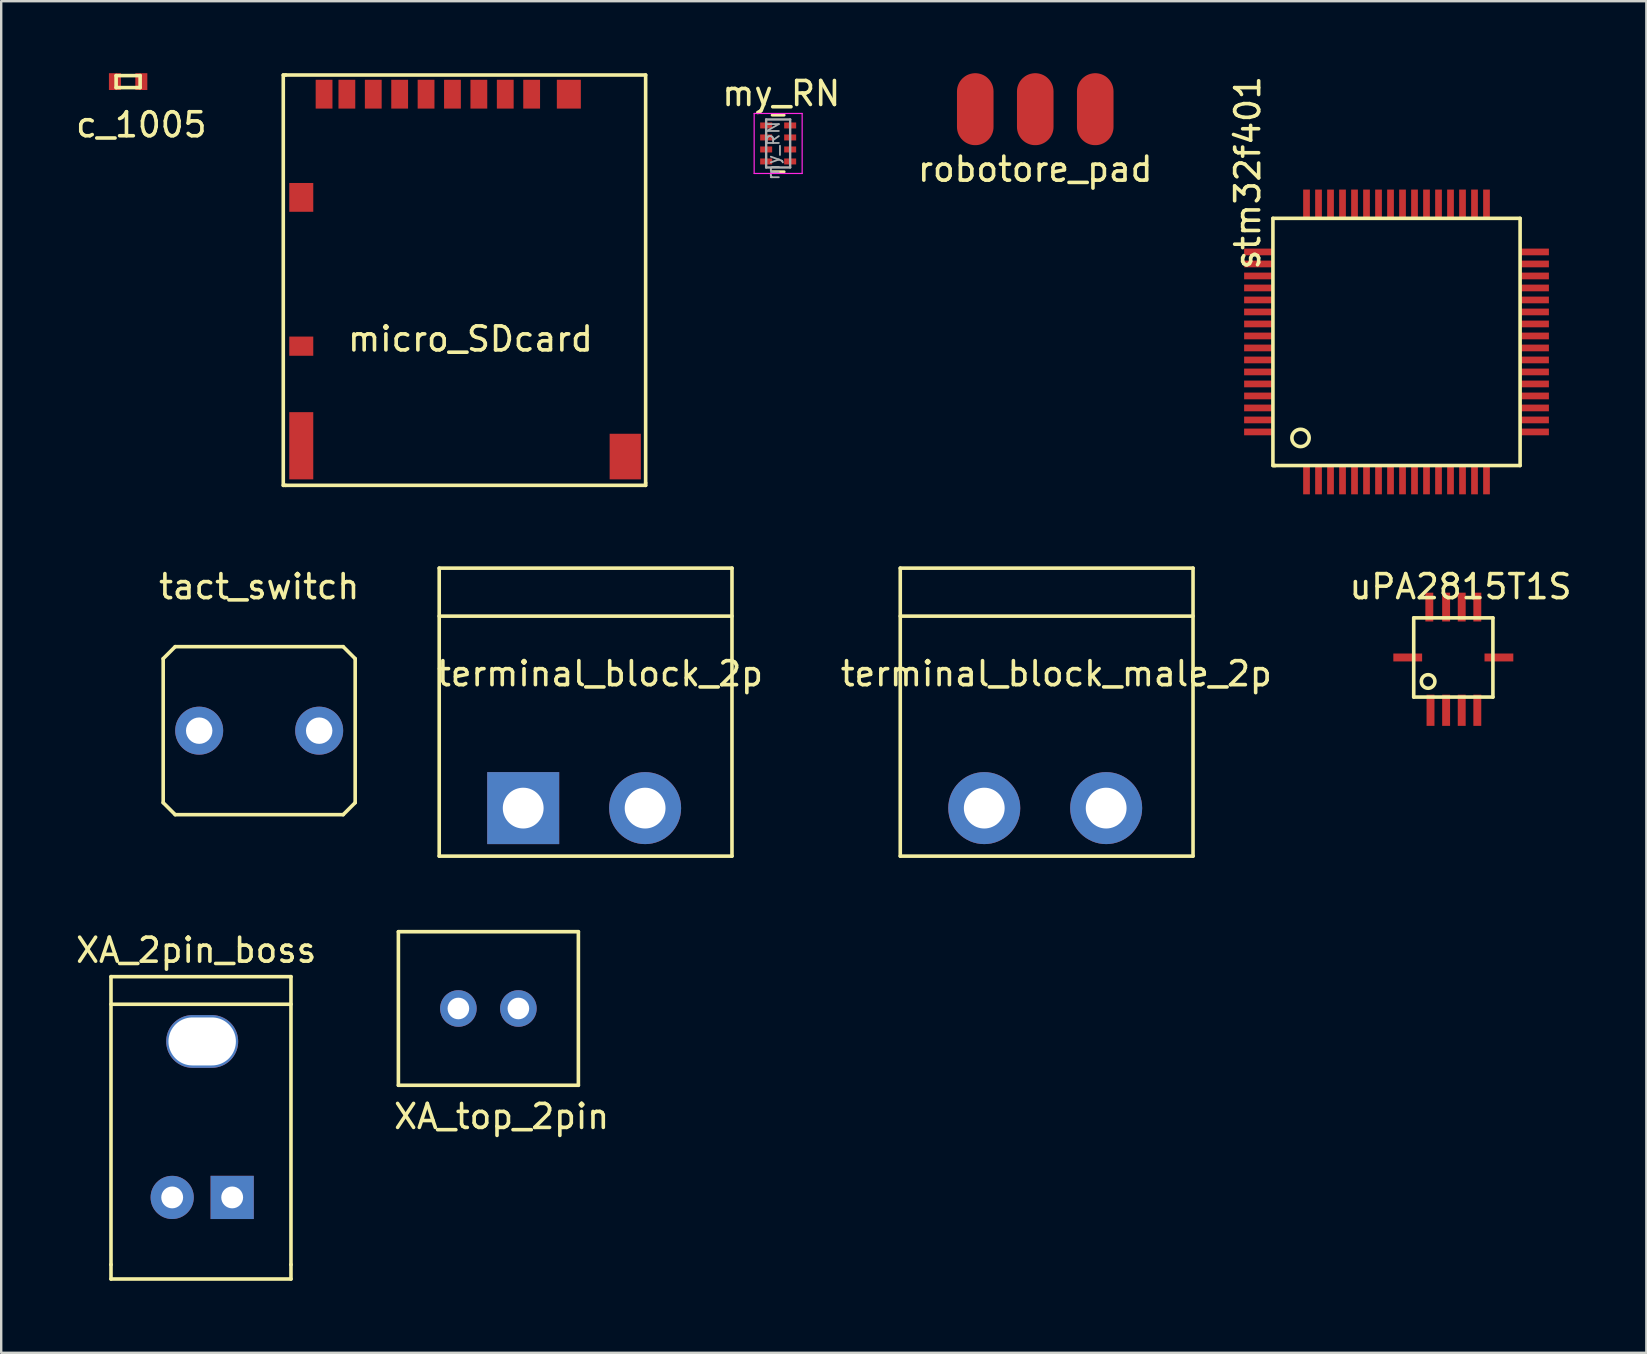
<source format=kicad_pcb>
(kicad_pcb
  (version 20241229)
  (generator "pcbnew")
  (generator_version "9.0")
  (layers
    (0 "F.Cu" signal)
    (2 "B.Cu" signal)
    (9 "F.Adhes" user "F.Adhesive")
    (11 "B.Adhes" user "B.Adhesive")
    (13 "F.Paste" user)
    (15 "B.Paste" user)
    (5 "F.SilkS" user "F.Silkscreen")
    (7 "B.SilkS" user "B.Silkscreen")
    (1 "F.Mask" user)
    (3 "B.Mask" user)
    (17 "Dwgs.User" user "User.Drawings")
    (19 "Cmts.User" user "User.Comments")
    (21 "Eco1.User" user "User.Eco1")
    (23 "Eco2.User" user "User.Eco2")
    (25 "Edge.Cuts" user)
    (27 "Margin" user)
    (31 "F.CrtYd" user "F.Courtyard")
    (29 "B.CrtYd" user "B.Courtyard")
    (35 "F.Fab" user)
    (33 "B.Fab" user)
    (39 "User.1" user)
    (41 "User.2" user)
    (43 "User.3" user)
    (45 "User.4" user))
  (footprint "tact_switch"
    (layer "F.Cu")
    (at 0.25 32.397)
    (property "Reference" "tact_switch" (at 7.5 -11 0) (layer "F.SilkS") (effects (font (size 1 1) (thickness 0.15))))
    (attr through_hole)
    (fp_line (start 3.5 -2) (end 3.5 -8) (stroke (width 0.15) (type solid)) (layer "F.SilkS"))
    (fp_line (start 3.5 -2) (end 4 -1.5) (stroke (width 0.15) (type solid)) (layer "F.SilkS"))
    (fp_line (start 4 -8.5) (end 3.5 -8) (stroke (width 0.15) (type solid)) (layer "F.SilkS"))
    (fp_line (start 4 -8.5) (end 11 -8.5) (stroke (width 0.15) (type solid)) (layer "F.SilkS"))
    (fp_line (start 11 -8.5) (end 11.5 -8) (stroke (width 0.15) (type solid)) (layer "F.SilkS"))
    (fp_line (start 11 -1.5) (end 4 -1.5) (stroke (width 0.15) (type solid)) (layer "F.SilkS"))
    (fp_line (start 11 -1.5) (end 11.5 -2) (stroke (width 0.15) (type solid)) (layer "F.SilkS"))
    (fp_line (start 11.5 -8) (end 11.5 -2) (stroke (width 0.15) (type solid)) (layer "F.SilkS"))
    (pad "1" thru_hole circle (at 5 -5) (size 2 2) (drill 1.1) (layers "*.Cu" "*.Mask"))
    (pad "2" thru_hole circle (at 10 -5) (size 2 2) (drill 1.1) (layers "*.Cu" "*.Mask")))
  (footprint "micro_SDcard"
    (layer "F.Cu")
    (at 20.654 0.875)
    (property "Reference" "micro_SDcard" (at -4.1 10.2 0) (layer "F.SilkS") (effects (font (size 1 1) (thickness 0.15))))
    (attr through_hole)
    (fp_line (start -11.9 -0.8) (end -11.8 -0.8) (stroke (width 0.15) (type solid)) (layer "F.SilkS"))
    (fp_line (start -11.9 16.3) (end -11.9 -0.8) (stroke (width 0.15) (type solid)) (layer "F.SilkS"))
    (fp_line (start -11.8 16.3) (end -11.9 16.3) (stroke (width 0.15) (type solid)) (layer "F.SilkS"))
    (fp_line (start -11.8 16.3) (end 3.2 16.3) (stroke (width 0.15) (type solid)) (layer "F.SilkS"))
    (fp_line (start 3.2 -0.8) (end -11.8 -0.8) (stroke (width 0.15) (type solid)) (layer "F.SilkS"))
    (fp_line (start 3.2 16.2) (end 3.2 -0.8) (stroke (width 0.15) (type solid)) (layer "F.SilkS"))
    (fp_line (start 3.2 16.3) (end 3.2 16.2) (stroke (width 0.15) (type solid)) (layer "F.SilkS"))
    (pad "1" smd rect (at -1.55 0) (size 0.7 1.2) (layers "F.Cu" "F.Mask" "F.Paste"))
    (pad "2" smd rect (at -2.65 0) (size 0.7 1.2) (layers "F.Cu" "F.Mask" "F.Paste"))
    (pad "3" smd rect (at -3.75 0) (size 0.7 1.2) (layers "F.Cu" "F.Mask" "F.Paste"))
    (pad "4" smd rect (at -4.85 0) (size 0.7 1.2) (layers "F.Cu" "F.Mask" "F.Paste"))
    (pad "5" smd rect (at -5.95 0) (size 0.7 1.2) (layers "F.Cu" "F.Mask" "F.Paste"))
    (pad "6" smd rect (at -7.05 0) (size 0.7 1.2) (layers "F.Cu" "F.Mask" "F.Paste"))
    (pad "7" smd rect (at -8.15 0) (size 0.7 1.2) (layers "F.Cu" "F.Mask" "F.Paste"))
    (pad "8" smd rect (at -9.25 0) (size 0.7 1.2) (layers "F.Cu" "F.Mask" "F.Paste"))
    (pad "9" smd rect (at -10.2 0) (size 0.7 1.2) (layers "F.Cu" "F.Mask" "F.Paste"))
    (pad "10" smd rect (at -11.15 10.5) (size 1 0.8) (layers "F.Cu" "F.Mask" "F.Paste"))
    (pad "11" smd rect (at -11.15 4.3) (size 1 1.2) (layers "F.Cu" "F.Mask" "F.Paste"))
    (pad "11" smd rect (at -11.15 14.65) (size 1 2.8) (layers "F.Cu" "F.Mask" "F.Paste"))
    (pad "11" smd rect (at 0 0) (size 1 1.2) (layers "F.Cu" "F.Mask" "F.Paste"))
    (pad "11" smd rect (at 2.35 15.1) (size 1.3 1.9) (layers "F.Cu" "F.Mask" "F.Paste")))
  (footprint "terminal_block_male_2p"
    (layer "F.Cu")
    (at 37.964 30.624)
    (property "Reference" "terminal_block_male_2p" (at 3 -5.6 0) (layer "F.SilkS") (effects (font (size 1 1) (thickness 0.15))))
    (attr through_hole)
    (fp_line (start -3.5 -10) (end -3.5 2) (stroke (width 0.15) (type solid)) (layer "F.SilkS"))
    (fp_line (start -3.5 -10) (end 8.7 -10) (stroke (width 0.15) (type solid)) (layer "F.SilkS"))
    (fp_line (start -3.5 2) (end 8.7 2) (stroke (width 0.15) (type solid)) (layer "F.SilkS"))
    (fp_line (start 8.7 -10) (end 8.7 2) (stroke (width 0.15) (type solid)) (layer "F.SilkS"))
    (fp_line (start 8.7 -8) (end -3.5 -8) (stroke (width 0.15) (type solid)) (layer "F.SilkS"))
    (pad "1" thru_hole circle (at 0 0) (size 3 3) (drill 1.7) (layers "*.Cu" "*.Mask"))
    (pad "2" thru_hole circle (at 5.08 0) (size 3 3) (drill 1.7) (layers "*.Cu" "*.Mask")))
  (footprint "XA_top_2pin"
    (layer "F.Cu")
    (at 16.051 38.974)
    (property "Reference" "XA_top_2pin" (at 1.8 4.5 0) (layer "F.SilkS") (effects (font (size 1 1) (thickness 0.15))))
    (attr through_hole)
    (fp_line (start -2.5 -3.2) (end 5 -3.2) (stroke (width 0.15) (type solid)) (layer "F.SilkS"))
    (fp_line (start -2.5 3.2) (end -2.5 -3.2) (stroke (width 0.15) (type solid)) (layer "F.SilkS"))
    (fp_line (start 5 -3.2) (end 5 3.2) (stroke (width 0.15) (type solid)) (layer "F.SilkS"))
    (fp_line (start 5 3.2) (end -2.5 3.2) (stroke (width 0.15) (type solid)) (layer "F.SilkS"))
    (pad "1" thru_hole circle (at 0 0) (size 1.524 1.524) (drill 0.9) (layers "*.Cu" "*.Mask"))
    (pad "2" thru_hole circle (at 2.5 0) (size 1.524 1.524) (drill 0.9) (layers "*.Cu" "*.Mask")))
  (footprint "XA_2pin_boss"
    (layer "F.Cu")
    (at 4.125 46.847)
    (property "Reference" "XA_2pin_boss" (at 1 -10.3 0) (layer "F.SilkS") (effects (font (size 1 1) (thickness 0.15))))
    (attr through_hole)
    (fp_line (start -2.55 -9.2) (end -2.55 2.8) (stroke (width 0.15) (type solid)) (layer "F.SilkS"))
    (fp_line (start -2.55 -9.2) (end 4.95 -9.2) (stroke (width 0.15) (type solid)) (layer "F.SilkS"))
    (fp_line (start -2.55 -8.05) (end 4.95 -8.05) (stroke (width 0.15) (type solid)) (layer "F.SilkS"))
    (fp_line (start -2.55 2.8) (end -2.55 3.4) (stroke (width 0.15) (type solid)) (layer "F.SilkS"))
    (fp_line (start -2.55 3.4) (end 4.95 3.4) (stroke (width 0.15) (type solid)) (layer "F.SilkS"))
    (fp_line (start 4.95 -9.2) (end 4.95 2.8) (stroke (width 0.15) (type solid)) (layer "F.SilkS"))
    (fp_line (start 4.95 2.8) (end 4.95 3.4) (stroke (width 0.15) (type solid)) (layer "F.SilkS"))
    (pad "" thru_hole oval (at 1.25 -6.5) (size 3 2.2) (drill oval 2.81 2) (layers "*.Cu" "*.Mask"))
    (pad "1" thru_hole rect (at 2.5 0) (size 1.8 1.8) (drill 0.91) (layers "*.Cu" "*.Mask"))
    (pad "2" thru_hole circle (at 0 0) (size 1.8 1.8) (drill 0.91) (layers "*.Cu" "*.Mask")))
  (footprint "terminal_block_2p"
    (layer "F.Cu")
    (at 18.752 30.624)
    (property "Reference" "terminal_block_2p" (at 3.2 -5.6 0) (layer "F.SilkS") (effects (font (size 1 1) (thickness 0.15))))
    (attr through_hole)
    (fp_line (start -3.5 -10) (end -3.5 2) (stroke (width 0.15) (type solid)) (layer "F.SilkS"))
    (fp_line (start -3.5 -10) (end 8.7 -10) (stroke (width 0.15) (type solid)) (layer "F.SilkS"))
    (fp_line (start -3.5 2) (end 8.7 2) (stroke (width 0.15) (type solid)) (layer "F.SilkS"))
    (fp_line (start 8.7 -10) (end 8.7 2) (stroke (width 0.15) (type solid)) (layer "F.SilkS"))
    (fp_line (start 8.7 -8) (end -3.5 -8) (stroke (width 0.15) (type solid)) (layer "F.SilkS"))
    (pad "1" thru_hole rect (at 0 0) (size 3 3) (drill 1.7) (layers "*.Cu" "*.Mask"))
    (pad "2" thru_hole circle (at 5.08 0) (size 3 3) (drill 1.7) (layers "*.Cu" "*.Mask")))
  (footprint "uPA2815T1S"
    (layer "F.Cu")
    (at 56.56 25.647)
    (property "Reference" "uPA2815T1S" (at 1.25 -4.25 0) (layer "F.SilkS") (effects (font (size 1 1) (thickness 0.15))))
    (attr through_hole)
    (fp_line (start -0.7 -2.95) (end 2.6 -2.95) (stroke (width 0.15) (type solid)) (layer "F.SilkS"))
    (fp_line (start -0.7 0.35) (end -0.7 -2.95) (stroke (width 0.15) (type solid)) (layer "F.SilkS"))
    (fp_line (start 2.6 0.35) (end -0.7 0.35) (stroke (width 0.15) (type solid)) (layer "F.SilkS"))
    (fp_line (start 2.6 0.35) (end 2.6 -2.95) (stroke (width 0.15) (type solid)) (layer "F.SilkS"))
    (fp_circle (center -0.1 -0.3) (end 0.1 -0.1) (stroke (width 0.15) (type solid)) (fill no) (layer "F.SilkS"))
    (pad "1" smd rect (at 0 0.9) (size 0.33 1.3) (layers "F.Cu" "F.Mask" "F.Paste"))
    (pad "1" smd rect (at 0.65 0.9) (size 0.33 1.3) (layers "F.Cu" "F.Mask" "F.Paste"))
    (pad "1" smd rect (at 1.3 0.9) (size 0.33 1.3) (layers "F.Cu" "F.Mask" "F.Paste"))
    (pad "2" smd rect (at 1.95 0.9) (size 0.33 1.3) (layers "F.Cu" "F.Mask" "F.Paste"))
    (pad "3" smd rect (at -0.95 -1.3 90) (size 0.33 1.2) (layers "F.Cu" "F.Mask" "F.Paste"))
    (pad "3" smd rect (at -0.05 -3.4) (size 0.33 1.2) (layers "F.Cu" "F.Mask" "F.Paste"))
    (pad "3" smd rect (at 0.65 -3.4) (size 0.33 1.2) (layers "F.Cu" "F.Mask" "F.Paste"))
    (pad "3" smd rect (at 1.3 -3.4) (size 0.33 1.2) (layers "F.Cu" "F.Mask" "F.Paste"))
    (pad "3" smd rect (at 1.95 -3.4) (size 0.33 1.2) (layers "F.Cu" "F.Mask" "F.Paste"))
    (pad "3" smd rect (at 2.85 -1.3 90) (size 0.33 1.2) (layers "F.Cu" "F.Mask" "F.Paste")))
  (footprint "stm32f401"
    (layer "F.Cu")
    (at 55.143 11.199)
    (property "Reference" "stm32f401" (at -6.2 -7.05 90) (layer "F.SilkS") (effects (font (size 1 1) (thickness 0.15))))
    (attr through_hole)
    (fp_line (start -5.15 -5.15) (end 5.15 -5.15) (stroke (width 0.15) (type solid)) (layer "F.SilkS"))
    (fp_line (start -5.15 5.15) (end -5.15 -5.15) (stroke (width 0.15) (type solid)) (layer "F.SilkS"))
    (fp_line (start -5.1 5.15) (end -5.15 5.15) (stroke (width 0.15) (type solid)) (layer "F.SilkS"))
    (fp_line (start -5.05 5.15) (end -5.1 5.15) (stroke (width 0.15) (type solid)) (layer "F.SilkS"))
    (fp_line (start 5.15 -5.15) (end 5.15 5.15) (stroke (width 0.15) (type solid)) (layer "F.SilkS"))
    (fp_line (start 5.15 5.15) (end -5.05 5.15) (stroke (width 0.15) (type solid)) (layer "F.SilkS"))
    (fp_circle (center -4 4) (end -3.8 4.3) (stroke (width 0.15) (type solid)) (fill no) (layer "F.SilkS"))
    (pad "1" smd rect (at -3.75 5.75) (size 0.28 1.2) (layers "F.Cu" "F.Mask" "F.Paste"))
    (pad "2" smd rect (at -3.25 5.75) (size 0.28 1.2) (layers "F.Cu" "F.Mask" "F.Paste"))
    (pad "3" smd rect (at -2.75 5.75) (size 0.28 1.2) (layers "F.Cu" "F.Mask" "F.Paste"))
    (pad "4" smd rect (at -2.25 5.75) (size 0.28 1.2) (layers "F.Cu" "F.Mask" "F.Paste"))
    (pad "5" smd rect (at -1.75 5.75) (size 0.28 1.2) (layers "F.Cu" "F.Mask" "F.Paste"))
    (pad "6" smd rect (at -1.25 5.75) (size 0.28 1.2) (layers "F.Cu" "F.Mask" "F.Paste"))
    (pad "7" smd rect (at -0.75 5.75) (size 0.28 1.2) (layers "F.Cu" "F.Mask" "F.Paste"))
    (pad "8" smd rect (at -0.25 5.75) (size 0.28 1.2) (layers "F.Cu" "F.Mask" "F.Paste"))
    (pad "9" smd rect (at 0.25 5.75) (size 0.28 1.2) (layers "F.Cu" "F.Mask" "F.Paste"))
    (pad "10" smd rect (at 0.75 5.75) (size 0.28 1.2) (layers "F.Cu" "F.Mask" "F.Paste"))
    (pad "11" smd rect (at 1.25 5.75) (size 0.28 1.2) (layers "F.Cu" "F.Mask" "F.Paste"))
    (pad "12" smd rect (at 1.75 5.75) (size 0.28 1.2) (layers "F.Cu" "F.Mask" "F.Paste"))
    (pad "13" smd rect (at 2.25 5.75) (size 0.28 1.2) (layers "F.Cu" "F.Mask" "F.Paste"))
    (pad "14" smd rect (at 2.75 5.75) (size 0.28 1.2) (layers "F.Cu" "F.Mask" "F.Paste"))
    (pad "15" smd rect (at 3.25 5.75) (size 0.28 1.2) (layers "F.Cu" "F.Mask" "F.Paste"))
    (pad "16" smd rect (at 3.75 5.75) (size 0.28 1.2) (layers "F.Cu" "F.Mask" "F.Paste"))
    (pad "17" smd rect (at 5.75 3.75) (size 1.2 0.28) (layers "F.Cu" "F.Mask" "F.Paste"))
    (pad "18" smd rect (at 5.75 3.25) (size 1.2 0.28) (layers "F.Cu" "F.Mask" "F.Paste"))
    (pad "19" smd rect (at 5.75 2.75) (size 1.2 0.28) (layers "F.Cu" "F.Mask" "F.Paste"))
    (pad "20" smd rect (at 5.75 2.25) (size 1.2 0.28) (layers "F.Cu" "F.Mask" "F.Paste"))
    (pad "21" smd rect (at 5.75 1.75) (size 1.2 0.28) (layers "F.Cu" "F.Mask" "F.Paste"))
    (pad "22" smd rect (at 5.75 1.25) (size 1.2 0.28) (layers "F.Cu" "F.Mask" "F.Paste"))
    (pad "23" smd rect (at 5.75 0.75) (size 1.2 0.28) (layers "F.Cu" "F.Mask" "F.Paste"))
    (pad "24" smd rect (at 5.75 0.25) (size 1.2 0.28) (layers "F.Cu" "F.Mask" "F.Paste"))
    (pad "25" smd rect (at 5.75 -0.25) (size 1.2 0.28) (layers "F.Cu" "F.Mask" "F.Paste"))
    (pad "26" smd rect (at 5.75 -0.75) (size 1.2 0.28) (layers "F.Cu" "F.Mask" "F.Paste"))
    (pad "27" smd rect (at 5.75 -1.25) (size 1.2 0.28) (layers "F.Cu" "F.Mask" "F.Paste"))
    (pad "28" smd rect (at 5.75 -1.75) (size 1.2 0.28) (layers "F.Cu" "F.Mask" "F.Paste"))
    (pad "29" smd rect (at 5.75 -2.25) (size 1.2 0.28) (layers "F.Cu" "F.Mask" "F.Paste"))
    (pad "30" smd rect (at 5.75 -2.75) (size 1.2 0.28) (layers "F.Cu" "F.Mask" "F.Paste"))
    (pad "31" smd rect (at 5.75 -3.25) (size 1.2 0.28) (layers "F.Cu" "F.Mask" "F.Paste"))
    (pad "32" smd rect (at 5.75 -3.75) (size 1.2 0.28) (layers "F.Cu" "F.Mask" "F.Paste"))
    (pad "33" smd rect (at 3.75 -5.75) (size 0.28 1.2) (layers "F.Cu" "F.Mask" "F.Paste"))
    (pad "34" smd rect (at 3.25 -5.75) (size 0.28 1.2) (layers "F.Cu" "F.Mask" "F.Paste"))
    (pad "35" smd rect (at 2.75 -5.75) (size 0.28 1.2) (layers "F.Cu" "F.Mask" "F.Paste"))
    (pad "36" smd rect (at 2.25 -5.75) (size 0.28 1.2) (layers "F.Cu" "F.Mask" "F.Paste"))
    (pad "37" smd rect (at 1.75 -5.75) (size 0.28 1.2) (layers "F.Cu" "F.Mask" "F.Paste"))
    (pad "38" smd rect (at 1.25 -5.75) (size 0.28 1.2) (layers "F.Cu" "F.Mask" "F.Paste"))
    (pad "39" smd rect (at 0.75 -5.75) (size 0.28 1.2) (layers "F.Cu" "F.Mask" "F.Paste"))
    (pad "40" smd rect (at 0.25 -5.75) (size 0.28 1.2) (layers "F.Cu" "F.Mask" "F.Paste"))
    (pad "41" smd rect (at -0.25 -5.75) (size 0.28 1.2) (layers "F.Cu" "F.Mask" "F.Paste"))
    (pad "42" smd rect (at -0.75 -5.75) (size 0.28 1.2) (layers "F.Cu" "F.Mask" "F.Paste"))
    (pad "43" smd rect (at -1.25 -5.75) (size 0.28 1.2) (layers "F.Cu" "F.Mask" "F.Paste"))
    (pad "44" smd rect (at -1.75 -5.75) (size 0.28 1.2) (layers "F.Cu" "F.Mask" "F.Paste"))
    (pad "45" smd rect (at -2.25 -5.75) (size 0.28 1.2) (layers "F.Cu" "F.Mask" "F.Paste"))
    (pad "46" smd rect (at -2.75 -5.75) (size 0.28 1.2) (layers "F.Cu" "F.Mask" "F.Paste"))
    (pad "47" smd rect (at -3.25 -5.75) (size 0.28 1.2) (layers "F.Cu" "F.Mask" "F.Paste"))
    (pad "48" smd rect (at -3.75 -5.75) (size 0.28 1.2) (layers "F.Cu" "F.Mask" "F.Paste"))
    (pad "49" smd rect (at -5.75 -3.75) (size 1.2 0.28) (layers "F.Cu" "F.Mask" "F.Paste"))
    (pad "50" smd rect (at -5.75 -3.25) (size 1.2 0.28) (layers "F.Cu" "F.Mask" "F.Paste"))
    (pad "51" smd rect (at -5.75 -2.75) (size 1.2 0.28) (layers "F.Cu" "F.Mask" "F.Paste"))
    (pad "52" smd rect (at -5.75 -2.25) (size 1.2 0.28) (layers "F.Cu" "F.Mask" "F.Paste"))
    (pad "53" smd rect (at -5.75 -1.75) (size 1.2 0.28) (layers "F.Cu" "F.Mask" "F.Paste"))
    (pad "54" smd rect (at -5.75 -1.25) (size 1.2 0.28) (layers "F.Cu" "F.Mask" "F.Paste"))
    (pad "55" smd rect (at -5.75 -0.75) (size 1.2 0.28) (layers "F.Cu" "F.Mask" "F.Paste"))
    (pad "56" smd rect (at -5.75 -0.25) (size 1.2 0.28) (layers "F.Cu" "F.Mask" "F.Paste"))
    (pad "57" smd rect (at -5.75 0.25) (size 1.2 0.28) (layers "F.Cu" "F.Mask" "F.Paste"))
    (pad "58" smd rect (at -5.75 0.75) (size 1.2 0.28) (layers "F.Cu" "F.Mask" "F.Paste"))
    (pad "59" smd rect (at -5.75 1.25) (size 1.2 0.28) (layers "F.Cu" "F.Mask" "F.Paste"))
    (pad "60" smd rect (at -5.75 1.75) (size 1.2 0.28) (layers "F.Cu" "F.Mask" "F.Paste"))
    (pad "61" smd rect (at -5.75 2.25) (size 1.2 0.28) (layers "F.Cu" "F.Mask" "F.Paste"))
    (pad "62" smd rect (at -5.75 2.75) (size 1.2 0.28) (layers "F.Cu" "F.Mask" "F.Paste"))
    (pad "63" smd rect (at -5.75 3.25) (size 1.2 0.28) (layers "F.Cu" "F.Mask" "F.Paste"))
    (pad "64" smd rect (at -5.75 3.75) (size 1.2 0.28) (layers "F.Cu" "F.Mask" "F.Paste")))
  (footprint "my_RN"
    (layer "F.Cu")
    (at 29.386 2.808)
    (property "Reference" "my_RN" (at 0.12 -1.96 0) (layer "F.SilkS") (effects (font (size 1 1) (thickness 0.15))))
    (attr through_hole)
    (fp_line (start 0.24 -1.06) (end -0.26 -1.06) (stroke (width 0.12) (type solid)) (layer "F.SilkS"))
    (fp_line (start 0.24 1.3) (end -0.26 1.3) (stroke (width 0.12) (type solid)) (layer "F.SilkS"))
    (fp_line (start -1.01 -1.13) (end -1.01 1.37) (stroke (width 0.05) (type solid)) (layer "F.CrtYd"))
    (fp_line (start -1.01 -1.13) (end 0.99 -1.13) (stroke (width 0.05) (type solid)) (layer "F.CrtYd"))
    (fp_line (start 0.99 1.37) (end -1.01 1.37) (stroke (width 0.05) (type solid)) (layer "F.CrtYd"))
    (fp_line (start 0.99 1.37) (end 0.99 -1.13) (stroke (width 0.05) (type solid)) (layer "F.CrtYd"))
    (fp_line (start -0.51 -0.88) (end 0.49 -0.88) (stroke (width 0.1) (type solid)) (layer "F.Fab"))
    (fp_line (start -0.51 1.12) (end -0.51 -0.88) (stroke (width 0.1) (type solid)) (layer "F.Fab"))
    (fp_line (start 0.49 -0.88) (end 0.49 1.12) (stroke (width 0.1) (type solid)) (layer "F.Fab"))
    (fp_line (start 0.49 1.12) (end -0.51 1.12) (stroke (width 0.1) (type solid)) (layer "F.Fab"))
    (fp_text user "${REFERENCE}" (at -0.21 0.42 90) (layer "F.Fab") (effects (font (size 0.5 0.5) (thickness 0.075))))
    (pad "1" smd rect (at -0.51 -0.63) (size 0.5 0.25) (layers "F.Cu" "F.Mask" "F.Paste"))
    (pad "2" smd rect (at -0.51 -0.13) (size 0.5 0.25) (layers "F.Cu" "F.Mask" "F.Paste"))
    (pad "3" smd rect (at -0.51 0.37) (size 0.5 0.25) (layers "F.Cu" "F.Mask" "F.Paste"))
    (pad "4" smd rect (at -0.51 0.87) (size 0.5 0.25) (layers "F.Cu" "F.Mask" "F.Paste"))
    (pad "5" smd rect (at 0.49 0.87) (size 0.5 0.25) (layers "F.Cu" "F.Mask" "F.Paste"))
    (pad "6" smd rect (at 0.49 0.37) (size 0.5 0.25) (layers "F.Cu" "F.Mask" "F.Paste"))
    (pad "7" smd rect (at 0.49 -0.13) (size 0.5 0.25) (layers "F.Cu" "F.Mask" "F.Paste"))
    (pad "8" smd rect (at 0.49 -0.63) (size 0.5 0.25) (layers "F.Cu" "F.Mask" "F.Paste")))
  (footprint "c_1005"
    (layer "F.Cu")
    (at 1.739 0.35)
    (property "Reference" "c_1005" (at 1.1 1.8 0) (layer "F.SilkS") (effects (font (size 1 1) (thickness 0.15))))
    (attr through_hole)
    (fp_line (start 0.05 -0.25) (end 1.05 -0.25) (stroke (width 0.15) (type solid)) (layer "F.SilkS"))
    (fp_line (start 0.05 0.25) (end 0.05 -0.25) (stroke (width 0.15) (type solid)) (layer "F.SilkS"))
    (fp_line (start 1.05 -0.25) (end 1.05 0.25) (stroke (width 0.15) (type solid)) (layer "F.SilkS"))
    (fp_line (start 1.05 0.25) (end 0.05 0.25) (stroke (width 0.15) (type solid)) (layer "F.SilkS"))
    (pad "1" smd rect (at 0 0) (size 0.5 0.7) (layers "F.Cu" "F.Mask" "F.Paste"))
    (pad "2" smd rect (at 1.1 0) (size 0.5 0.7) (layers "F.Cu" "F.Mask" "F.Paste")))
  (footprint "robotore_pad"
    (layer "F.Cu")
    (at 37.589 1.5)
    (property "Reference" "robotore_pad" (at 2.5 2.5 180) (layer "F.SilkS") (effects (font (size 1 1) (thickness 0.15))))
    (attr through_hole)
    (pad "1" smd oval (at 0 0 90) (size 3 1.524) (layers "F.Cu" "F.Mask" "F.Paste"))
    (pad "2" smd oval (at 2.5 0 90) (size 3 1.524) (layers "F.Cu" "F.Mask" "F.Paste"))
    (pad "3" smd oval (at 5 0 90) (size 3 1.524) (layers "F.Cu" "F.Mask" "F.Paste")))
  (gr_rect
    (start -3 -3)
    (end 65.554 53.322)
    (stroke (width 0.1) (type default))
    (fill no)
    (layer "Edge.Cuts")))
</source>
